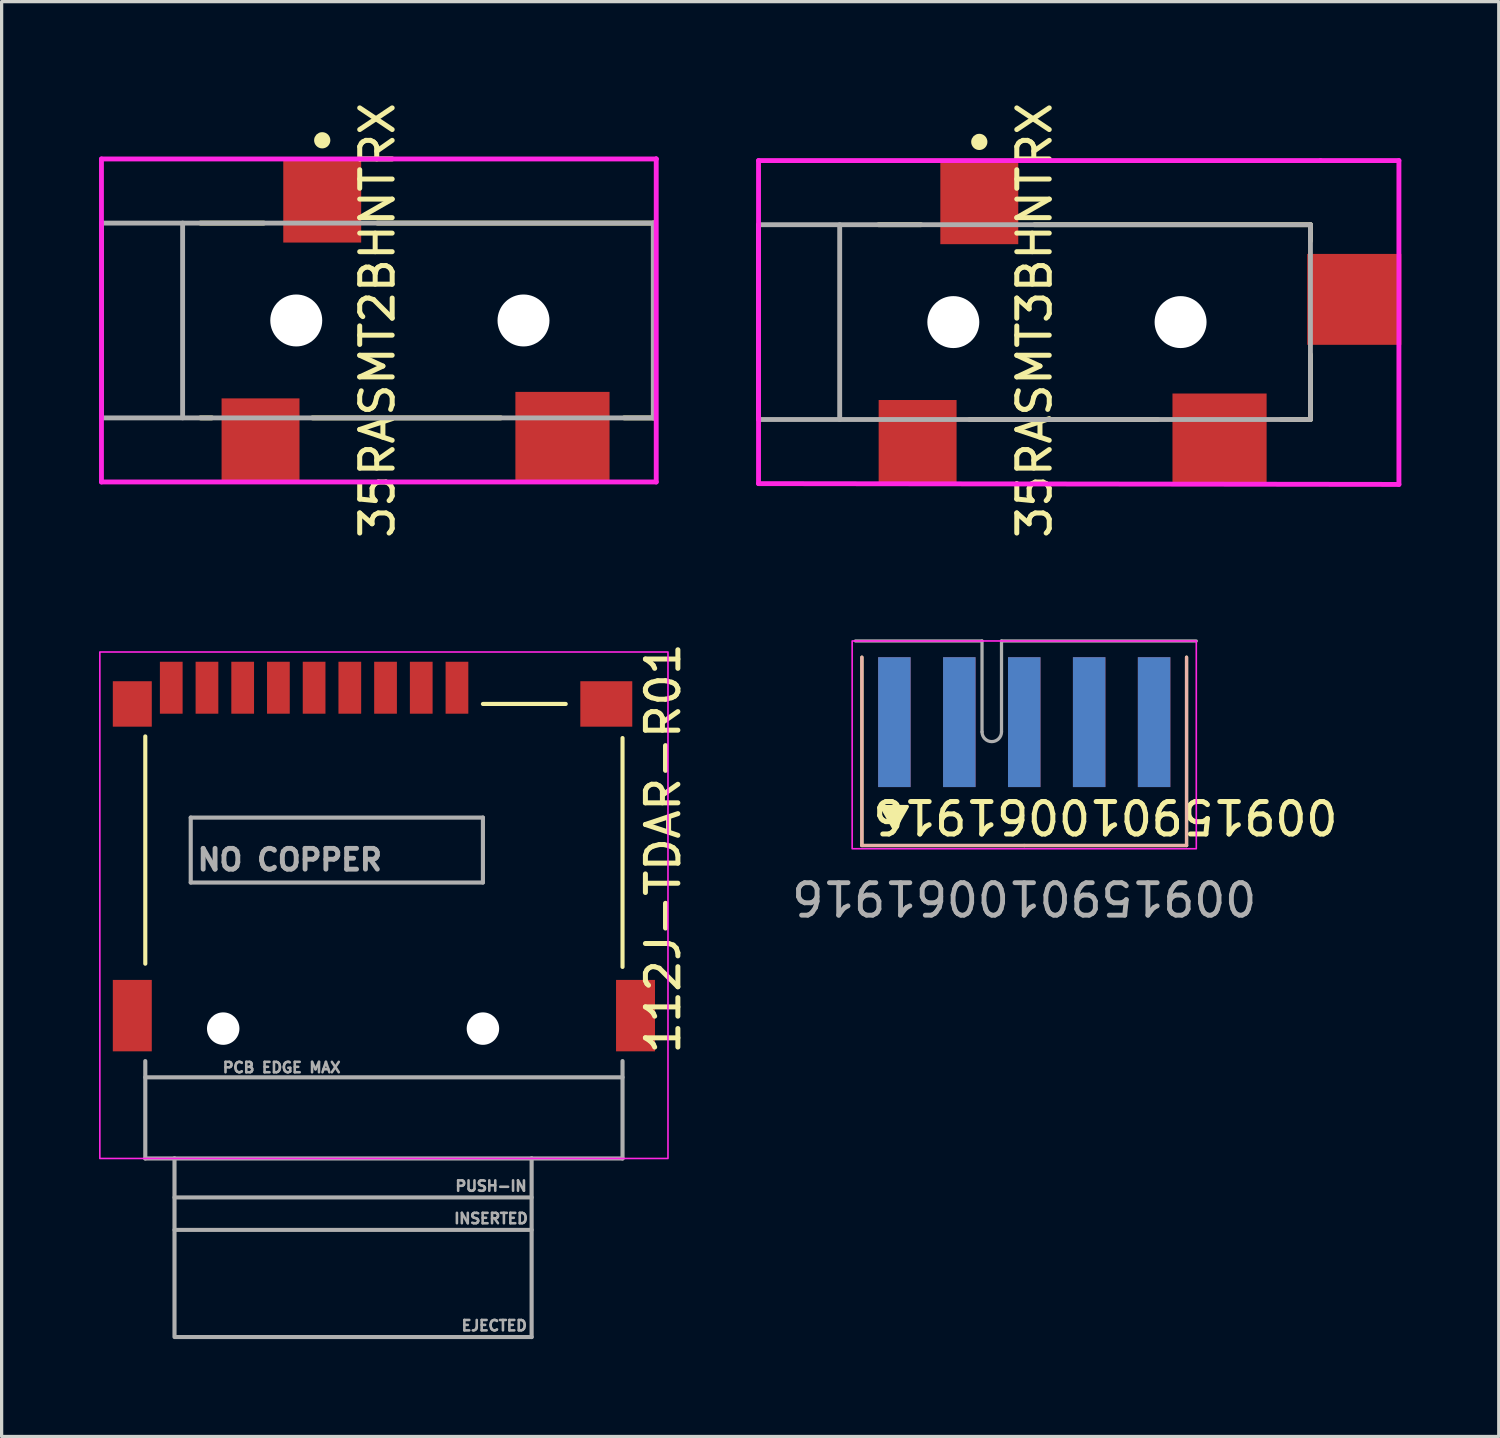
<source format=kicad_pcb>
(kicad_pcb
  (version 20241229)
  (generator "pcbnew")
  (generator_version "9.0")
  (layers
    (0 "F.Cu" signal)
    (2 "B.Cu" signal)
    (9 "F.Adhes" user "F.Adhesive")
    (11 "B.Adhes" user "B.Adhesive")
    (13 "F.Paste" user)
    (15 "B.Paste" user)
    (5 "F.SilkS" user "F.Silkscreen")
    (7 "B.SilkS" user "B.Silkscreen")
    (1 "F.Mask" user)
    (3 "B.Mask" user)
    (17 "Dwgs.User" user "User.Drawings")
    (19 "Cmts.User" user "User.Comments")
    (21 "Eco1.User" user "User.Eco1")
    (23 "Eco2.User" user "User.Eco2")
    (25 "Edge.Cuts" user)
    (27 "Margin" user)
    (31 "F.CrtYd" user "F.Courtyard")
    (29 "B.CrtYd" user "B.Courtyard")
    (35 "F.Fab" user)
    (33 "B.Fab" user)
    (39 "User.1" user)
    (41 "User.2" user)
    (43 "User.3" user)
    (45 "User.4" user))
  (footprint "35RASMT3BHNTRX"
    (layer "F.Cu")
    (at 28.814 6.871)
    (property "Reference" "35RASMT3BHNTRX" (at 0 -0.05 90) (layer "F.SilkS") (effects (font (size 1 1) (thickness 0.154))))
    (attr smd)
    (fp_line (start -4.8 -3) (end -3.5 -3) (stroke (width 0.15) (type solid)) (layer "F.SilkS"))
    (fp_line (start -2 3) (end 3.8 3) (stroke (width 0.15) (type solid)) (layer "F.SilkS"))
    (fp_line (start 8.5 -3) (end 0 -3) (stroke (width 0.15) (type solid)) (layer "F.SilkS"))
    (fp_line (start 8.5 -3) (end 8.5 -2.5) (stroke (width 0.15) (type default)) (layer "F.SilkS"))
    (fp_line (start 8.5 1) (end 8.5 3) (stroke (width 0.15) (type solid)) (layer "F.SilkS"))
    (fp_line (start 8.5 3) (end 7.6 3) (stroke (width 0.15) (type solid)) (layer "F.SilkS"))
    (fp_circle (center -1.7 -5.55) (end -1.575 -5.55) (stroke (width 0.25) (type solid)) (fill no) (layer "F.SilkS"))
    (fp_line (start -8.5 -4.975) (end -8.5 4.975) (stroke (width 0.15) (type solid)) (layer "F.CrtYd"))
    (fp_line (start -8.5 4.975) (end 11.225 5) (stroke (width 0.15) (type solid)) (layer "F.CrtYd"))
    (fp_line (start 8.813 -4.975) (end -8.5 -4.975) (stroke (width 0.15) (type solid)) (layer "F.CrtYd"))
    (fp_line (start 11.225 -4.975) (end 8.813 -4.975) (stroke (width 0.15) (type solid)) (layer "F.CrtYd"))
    (fp_line (start 11.225 5) (end 11.225 -4.975) (stroke (width 0.15) (type solid)) (layer "F.CrtYd"))
    (fp_line (start -8.5 -3) (end 8.5 -3) (stroke (width 0.15) (type solid)) (layer "F.Fab"))
    (fp_line (start -8.5 3) (end -8.5 -3) (stroke (width 0.15) (type solid)) (layer "F.Fab"))
    (fp_line (start -6 -3) (end -6 3) (stroke (width 0.15) (type default)) (layer "F.Fab"))
    (fp_line (start 8.5 -3) (end 8.5 3) (stroke (width 0.15) (type solid)) (layer "F.Fab"))
    (fp_line (start 8.5 3) (end -8.5 3) (stroke (width 0.15) (type solid)) (layer "F.Fab"))
    (pad "" np_thru_hole circle (at -2.5 0) (size 1.6 1.6) (drill 1.6) (layers "*.Cu" "*.Mask"))
    (pad "" np_thru_hole circle (at 4.5 0) (size 1.6 1.6) (drill 1.6) (layers "*.Cu" "*.Mask"))
    (pad "R" smd rect (at 5.7 3.575) (size 2.9 2.75) (layers "F.Cu" "F.Mask" "F.Paste"))
    (pad "S" smd rect (at -3.6 3.675) (size 2.4 2.55) (layers "F.Cu" "F.Mask" "F.Paste"))
    (pad "T" smd rect (at -1.7 -3.675) (size 2.4 2.55) (layers "F.Cu" "F.Mask" "F.Paste"))
    (pad "TN" smd rect (at 9.85 -0.7 90) (size 2.8 2.9) (layers "F.Cu" "F.Mask" "F.Paste")))
  (footprint "009159010061916"
    (layer "F.Cu")
    (at 28.498 21.193)
    (property "Reference" "009159010061916" (at 2.5 0.9 180) (unlocked yes) (layer "F.SilkS") (effects (font (size 1 1) (thickness 0.154))))
    (fp_line (start -5 1.8) (end -5 -4) (stroke (width 0.1) (type default)) (layer "F.SilkS"))
    (fp_line (start 0 1.8) (end -5 1.8) (stroke (width 0.1) (type default)) (layer "F.SilkS"))
    (fp_line (start 0 1.8) (end 5 1.8) (stroke (width 0.1) (type default)) (layer "F.SilkS"))
    (fp_line (start 5 1.8) (end 5 -4) (stroke (width 0.1) (type default)) (layer "F.SilkS"))
    (fp_poly (pts (xy -4.4 0.6) (xy -3.6 0.6) (xy -4 1.3)) (stroke (width 0.1) (type solid)) (fill yes) (layer "F.SilkS"))
    (fp_line (start -5 1.8) (end -5 -4) (stroke (width 0.1) (type default)) (layer "B.SilkS"))
    (fp_line (start 0 1.8) (end -5 1.8) (stroke (width 0.1) (type default)) (layer "B.SilkS"))
    (fp_line (start 0 1.8) (end 5 1.8) (stroke (width 0.1) (type default)) (layer "B.SilkS"))
    (fp_line (start 5 1.8) (end 5 -4) (stroke (width 0.1) (type default)) (layer "B.SilkS"))
    (fp_rect (start -5.3 -4.5) (end 5.3 1.9) (stroke (width 0.05) (type default)) (fill no) (layer "F.CrtYd"))
    (fp_line (start -5.2 -4.5) (end -1.3 -4.5) (stroke (width 0.1) (type default)) (layer "F.Fab"))
    (fp_line (start -1.3 -4.5) (end -1.3 -1.7) (stroke (width 0.1) (type default)) (layer "F.Fab"))
    (fp_line (start -0.7 -4.5) (end 5.3 -4.5) (stroke (width 0.1) (type default)) (layer "F.Fab"))
    (fp_line (start -0.7 -1.7) (end -0.7 -4.5) (stroke (width 0.1) (type default)) (layer "F.Fab"))
    (fp_arc (start -0.7 -1.7) (mid -1 -1.4) (end -1.3 -1.7) (stroke (width 0.1) (type default)) (layer "F.Fab"))
    (fp_text user "${REFERENCE}" (at 0 3.4 180) (unlocked yes) (layer "F.Fab") (effects (font (size 1 1) (thickness 0.15))))
    (pad "1" connect rect (at -4 -2) (size 1 4) (layers "F.Cu" "F.Mask"))
    (pad "2" connect rect (at -2 -2) (size 1 4) (layers "F.Cu" "F.Mask"))
    (pad "3" connect rect (at 0 -2) (size 1 4) (layers "F.Cu" "F.Mask"))
    (pad "4" connect rect (at 2 -2) (size 1 4) (layers "F.Cu" "F.Mask"))
    (pad "5" connect rect (at 4 -2) (size 1 4) (layers "F.Cu" "F.Mask"))
    (pad "6" connect rect (at -4 -2) (size 1 4) (layers "B.Cu" "B.Mask"))
    (pad "7" connect rect (at -2 -2) (size 1 4) (layers "B.Cu" "B.Mask"))
    (pad "8" connect rect (at 0 -2) (size 1 4) (layers "B.Cu" "B.Mask"))
    (pad "9" connect rect (at 2 -2) (size 1 4) (layers "B.Cu" "B.Mask"))
    (pad "10" connect rect (at 4 -2) (size 1 4) (layers "B.Cu" "B.Mask")))
  (footprint "112J-TDAR-R01"
    (layer "F.Cu")
    (at 3.825 28.633)
    (property "Reference" "112J-TDAR-R01" (at 13.55 -5.55 270) (layer "F.SilkS") (effects (font (size 1 1) (thickness 0.154))))
    (attr smd)
    (fp_line (start -2.4 -9) (end -2.4 -2) (stroke (width 0.127) (type solid)) (layer "F.SilkS"))
    (fp_line (start 10.55 -10) (end 8 -10) (stroke (width 0.127) (type solid)) (layer "F.SilkS"))
    (fp_line (start 12.3 -1.9) (end 12.3 -8.95) (stroke (width 0.127) (type solid)) (layer "F.SilkS"))
    (fp_rect (start -3.8 -11.6) (end 13.7 4) (stroke (width 0.05) (type default)) (fill no) (layer "F.CrtYd"))
    (fp_line (start -2.4 1) (end -2.4 4) (stroke (width 0.127) (type solid)) (layer "F.Fab"))
    (fp_line (start -2.4 1.5) (end 12.3 1.5) (stroke (width 0.127) (type solid)) (layer "F.Fab"))
    (fp_line (start -2.4 4) (end -1.5 4) (stroke (width 0.127) (type solid)) (layer "F.Fab"))
    (fp_line (start -1.5 4) (end 9.5 4) (stroke (width 0.127) (type solid)) (layer "F.Fab"))
    (fp_line (start -1.5 5.2) (end 9.5 5.2) (stroke (width 0.127) (type solid)) (layer "F.Fab"))
    (fp_line (start -1.5 6.2) (end 9.5 6.2) (stroke (width 0.127) (type solid)) (layer "F.Fab"))
    (fp_line (start -1.5 9.45) (end -1.5 4) (stroke (width 0.127) (type solid)) (layer "F.Fab"))
    (fp_line (start -1.5 9.5) (end 9.5 9.5) (stroke (width 0.127) (type solid)) (layer "F.Fab"))
    (fp_line (start -1 -6.5) (end -1 -4.5) (stroke (width 0.127) (type solid)) (layer "F.Fab"))
    (fp_line (start -1 -4.5) (end 8 -4.5) (stroke (width 0.127) (type solid)) (layer "F.Fab"))
    (fp_line (start 8 -6.5) (end -1 -6.5) (stroke (width 0.127) (type solid)) (layer "F.Fab"))
    (fp_line (start 8 -4.5) (end 8 -6.5) (stroke (width 0.127) (type solid)) (layer "F.Fab"))
    (fp_line (start 9.5 4) (end 12.3 4) (stroke (width 0.127) (type solid)) (layer "F.Fab"))
    (fp_line (start 9.5 9.5) (end 9.5 4) (stroke (width 0.127) (type solid)) (layer "F.Fab"))
    (fp_line (start 12.3 4) (end 12.3 1) (stroke (width 0.127) (type solid)) (layer "F.Fab"))
    (fp_text user "NO COPPER" (at 2.05 -5.2 0) (layer "F.Fab") (effects (font (size 0.64 0.64) (thickness 0.15))))
    (fp_text user "INSERTED" (at 8.25 5.85 0) (layer "F.Fab") (effects (font (size 0.32 0.32) (thickness 0.08))))
    (fp_text user "PCB EDGE MAX" (at 1.8 1.2 0) (layer "F.Fab") (effects (font (size 0.32 0.32) (thickness 0.08))))
    (fp_text user "EJECTED" (at 8.35 9.15 0) (layer "F.Fab") (effects (font (size 0.32 0.32) (thickness 0.08))))
    (fp_text user "PUSH-IN" (at 8.25 4.85 0) (layer "F.Fab") (effects (font (size 0.32 0.32) (thickness 0.08))))
    (pad "" np_thru_hole circle (at 0 0) (size 1 1) (drill 1) (layers "*.Cu" "*.Mask"))
    (pad "" np_thru_hole circle (at 8 0) (size 1 1) (drill 1) (layers "*.Cu" "*.Mask"))
    (pad "1" smd rect (at 7.2 -10.5) (size 0.7 1.6) (layers "F.Cu" "F.Mask" "F.Paste"))
    (pad "2" smd rect (at 6.1 -10.5) (size 0.7 1.6) (layers "F.Cu" "F.Mask" "F.Paste"))
    (pad "3" smd rect (at 5 -10.5) (size 0.7 1.6) (layers "F.Cu" "F.Mask" "F.Paste"))
    (pad "4" smd rect (at 3.9 -10.5) (size 0.7 1.6) (layers "F.Cu" "F.Mask" "F.Paste"))
    (pad "5" smd rect (at 2.8 -10.5) (size 0.7 1.6) (layers "F.Cu" "F.Mask" "F.Paste"))
    (pad "6" smd rect (at 1.7 -10.5) (size 0.7 1.6) (layers "F.Cu" "F.Mask" "F.Paste"))
    (pad "7" smd rect (at 0.6 -10.5) (size 0.7 1.6) (layers "F.Cu" "F.Mask" "F.Paste"))
    (pad "8" smd rect (at -0.5 -10.5) (size 0.7 1.6) (layers "F.Cu" "F.Mask" "F.Paste"))
    (pad "9" smd rect (at -1.6 -10.5) (size 0.7 1.6) (layers "F.Cu" "F.Mask" "F.Paste"))
    (pad "10" smd rect (at -2.8 -10) (size 1.2 1.4) (layers "F.Cu" "F.Mask" "F.Paste"))
    (pad "10" smd rect (at -2.8 -0.4) (size 1.2 2.2) (layers "F.Cu" "F.Mask" "F.Paste"))
    (pad "10" smd rect (at 11.8 -10) (size 1.6 1.4) (layers "F.Cu" "F.Mask" "F.Paste"))
    (pad "10" smd rect (at 12.7 -0.4) (size 1.2 2.2) (layers "F.Cu" "F.Mask" "F.Paste")))
  (footprint "35RASMT2BHNTRX"
    (layer "F.Cu")
    (at 8.575 6.821)
    (property "Reference" "35RASMT2BHNTRX" (at 0 0 270) (layer "F.SilkS") (effects (font (size 1 1) (thickness 0.154))))
    (attr smd)
    (fp_line (start -5.45 -3) (end -3.5 -3) (stroke (width 0.15) (type solid)) (layer "F.SilkS"))
    (fp_line (start -5.45 3) (end -5.1 3) (stroke (width 0.15) (type solid)) (layer "F.SilkS"))
    (fp_line (start -2 3) (end 3.8 3) (stroke (width 0.15) (type solid)) (layer "F.SilkS"))
    (fp_line (start 8.5 -3) (end 0 -3) (stroke (width 0.15) (type solid)) (layer "F.SilkS"))
    (fp_line (start 8.5 -3) (end 8.5 3) (stroke (width 0.15) (type solid)) (layer "F.SilkS"))
    (fp_line (start 8.5 3) (end 7.6 3) (stroke (width 0.15) (type solid)) (layer "F.SilkS"))
    (fp_circle (center -1.7 -5.55) (end -1.575 -5.55) (stroke (width 0.25) (type solid)) (fill no) (layer "F.SilkS"))
    (fp_line (start -8.5 -4.975) (end -8.5 4.975) (stroke (width 0.15) (type solid)) (layer "F.CrtYd"))
    (fp_line (start -8.5 4.975) (end 8.588 4.975) (stroke (width 0.15) (type solid)) (layer "F.CrtYd"))
    (fp_line (start 8.588 -4.975) (end -8.5 -4.975) (stroke (width 0.15) (type solid)) (layer "F.CrtYd"))
    (fp_line (start 8.588 -4.975) (end 8.588 -4.975) (stroke (width 0.15) (type solid)) (layer "F.CrtYd"))
    (fp_line (start 8.588 4.975) (end 8.588 -4.975) (stroke (width 0.15) (type solid)) (layer "F.CrtYd"))
    (fp_line (start -8.5 -3) (end 8.5 -3) (stroke (width 0.15) (type solid)) (layer "F.Fab"))
    (fp_line (start -8.5 3) (end -8.5 -3) (stroke (width 0.15) (type solid)) (layer "F.Fab"))
    (fp_line (start -6 -3) (end -6 3) (stroke (width 0.15) (type default)) (layer "F.Fab"))
    (fp_line (start 8.5 -3) (end 8.5 3) (stroke (width 0.15) (type solid)) (layer "F.Fab"))
    (fp_line (start 8.5 3) (end -8.5 3) (stroke (width 0.15) (type solid)) (layer "F.Fab"))
    (pad "" np_thru_hole circle (at -2.5 0) (size 1.6 1.6) (drill 1.6) (layers "*.Cu" "*.Mask"))
    (pad "" np_thru_hole circle (at 4.5 0) (size 1.6 1.6) (drill 1.6) (layers "*.Cu" "*.Mask"))
    (pad "R" smd rect (at 5.7 3.575) (size 2.9 2.75) (layers "F.Cu" "F.Mask" "F.Paste"))
    (pad "S" smd rect (at -3.6 3.675) (size 2.4 2.55) (layers "F.Cu" "F.Mask" "F.Paste"))
    (pad "T" smd rect (at -1.7 -3.675) (size 2.4 2.55) (layers "F.Cu" "F.Mask" "F.Paste")))
  (gr_rect
    (start -3 -3)
    (end 43.114 41.197)
    (stroke (width 0.1) (type default))
    (fill no)
    (layer "Edge.Cuts")))
</source>
